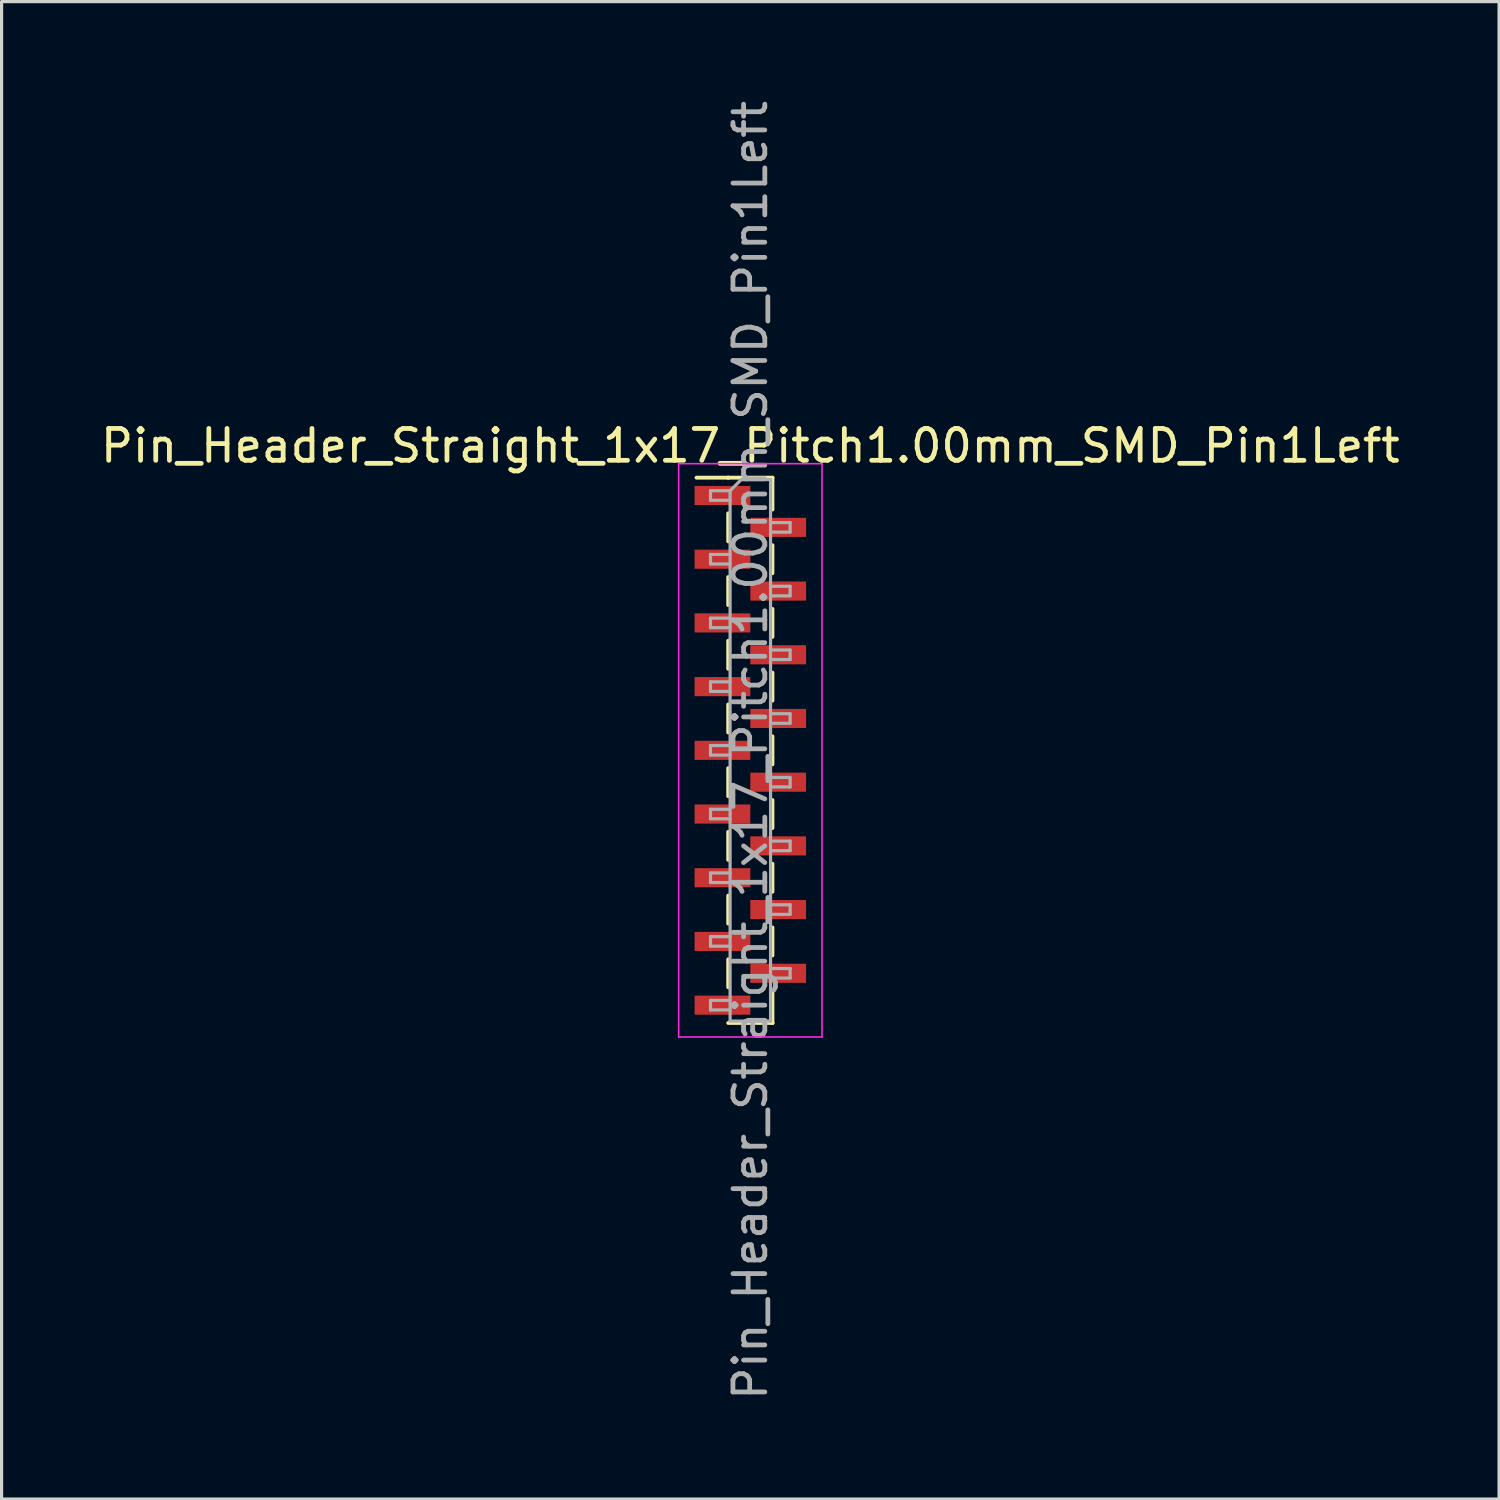
<source format=kicad_pcb>
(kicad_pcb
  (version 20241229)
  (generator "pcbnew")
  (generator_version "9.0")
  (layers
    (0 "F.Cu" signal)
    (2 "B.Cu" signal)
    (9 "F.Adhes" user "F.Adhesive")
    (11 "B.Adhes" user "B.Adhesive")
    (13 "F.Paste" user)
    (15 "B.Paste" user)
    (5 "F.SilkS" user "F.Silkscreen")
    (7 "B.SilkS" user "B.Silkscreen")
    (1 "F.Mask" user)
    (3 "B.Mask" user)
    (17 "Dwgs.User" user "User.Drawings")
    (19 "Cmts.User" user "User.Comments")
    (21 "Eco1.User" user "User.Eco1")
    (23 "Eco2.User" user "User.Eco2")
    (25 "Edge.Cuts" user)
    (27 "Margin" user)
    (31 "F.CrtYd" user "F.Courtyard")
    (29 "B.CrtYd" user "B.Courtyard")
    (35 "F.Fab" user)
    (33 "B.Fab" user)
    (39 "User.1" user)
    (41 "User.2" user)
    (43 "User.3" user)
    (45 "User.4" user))
  (footprint "Pin_Header_Straight_1x17_Pitch1.00mm_SMD_Pin1Left"
    (layer "F.Cu")
    (at 20.506 20.506)
    (property "Reference" "Pin_Header_Straight_1x17_Pitch1.00mm_SMD_Pin1Left" (at 0 -9.56 0) (layer "F.SilkS") (effects (font (size 1 1) (thickness 0.15))))
    (attr smd)
    (fp_line (start -0.695 -8.56) (end -1.69 -8.56) (stroke (width 0.12) (type solid)) (layer "F.SilkS"))
    (fp_line (start -0.695 -8.56) (end -0.695 -8.56) (stroke (width 0.12) (type solid)) (layer "F.SilkS"))
    (fp_line (start -0.695 -8.56) (end 0.695 -8.56) (stroke (width 0.12) (type solid)) (layer "F.SilkS"))
    (fp_line (start -0.695 -7.44) (end -0.695 -6.56) (stroke (width 0.12) (type solid)) (layer "F.SilkS"))
    (fp_line (start -0.695 -5.44) (end -0.695 -4.56) (stroke (width 0.12) (type solid)) (layer "F.SilkS"))
    (fp_line (start -0.695 -3.44) (end -0.695 -2.56) (stroke (width 0.12) (type solid)) (layer "F.SilkS"))
    (fp_line (start -0.695 -1.44) (end -0.695 -0.56) (stroke (width 0.12) (type solid)) (layer "F.SilkS"))
    (fp_line (start -0.695 0.56) (end -0.695 1.44) (stroke (width 0.12) (type solid)) (layer "F.SilkS"))
    (fp_line (start -0.695 2.56) (end -0.695 3.44) (stroke (width 0.12) (type solid)) (layer "F.SilkS"))
    (fp_line (start -0.695 4.56) (end -0.695 5.44) (stroke (width 0.12) (type solid)) (layer "F.SilkS"))
    (fp_line (start -0.695 6.56) (end -0.695 7.44) (stroke (width 0.12) (type solid)) (layer "F.SilkS"))
    (fp_line (start -0.695 8.56) (end 0.695 8.56) (stroke (width 0.12) (type solid)) (layer "F.SilkS"))
    (fp_line (start 0.695 -8.56) (end 0.695 -7.56) (stroke (width 0.12) (type solid)) (layer "F.SilkS"))
    (fp_line (start 0.695 -6.44) (end 0.695 -5.56) (stroke (width 0.12) (type solid)) (layer "F.SilkS"))
    (fp_line (start 0.695 -4.44) (end 0.695 -3.56) (stroke (width 0.12) (type solid)) (layer "F.SilkS"))
    (fp_line (start 0.695 -2.44) (end 0.695 -1.56) (stroke (width 0.12) (type solid)) (layer "F.SilkS"))
    (fp_line (start 0.695 -0.44) (end 0.695 0.44) (stroke (width 0.12) (type solid)) (layer "F.SilkS"))
    (fp_line (start 0.695 1.56) (end 0.695 2.44) (stroke (width 0.12) (type solid)) (layer "F.SilkS"))
    (fp_line (start 0.695 3.56) (end 0.695 4.44) (stroke (width 0.12) (type solid)) (layer "F.SilkS"))
    (fp_line (start 0.695 5.56) (end 0.695 6.44) (stroke (width 0.12) (type solid)) (layer "F.SilkS"))
    (fp_line (start 0.695 7.56) (end 0.695 8.56) (stroke (width 0.12) (type solid)) (layer "F.SilkS"))
    (fp_line (start 0.695 8.56) (end 0.695 8.56) (stroke (width 0.12) (type solid)) (layer "F.SilkS"))
    (fp_line (start -2.25 -9) (end -2.25 9) (stroke (width 0.05) (type solid)) (layer "F.CrtYd"))
    (fp_line (start -2.25 9) (end 2.25 9) (stroke (width 0.05) (type solid)) (layer "F.CrtYd"))
    (fp_line (start 2.25 -9) (end -2.25 -9) (stroke (width 0.05) (type solid)) (layer "F.CrtYd"))
    (fp_line (start 2.25 9) (end 2.25 -9) (stroke (width 0.05) (type solid)) (layer "F.CrtYd"))
    (fp_line (start -1.25 -8.15) (end -1.25 -7.85) (stroke (width 0.1) (type solid)) (layer "F.Fab"))
    (fp_line (start -1.25 -7.85) (end -0.635 -7.85) (stroke (width 0.1) (type solid)) (layer "F.Fab"))
    (fp_line (start -1.25 -6.15) (end -1.25 -5.85) (stroke (width 0.1) (type solid)) (layer "F.Fab"))
    (fp_line (start -1.25 -5.85) (end -0.635 -5.85) (stroke (width 0.1) (type solid)) (layer "F.Fab"))
    (fp_line (start -1.25 -4.15) (end -1.25 -3.85) (stroke (width 0.1) (type solid)) (layer "F.Fab"))
    (fp_line (start -1.25 -3.85) (end -0.635 -3.85) (stroke (width 0.1) (type solid)) (layer "F.Fab"))
    (fp_line (start -1.25 -2.15) (end -1.25 -1.85) (stroke (width 0.1) (type solid)) (layer "F.Fab"))
    (fp_line (start -1.25 -1.85) (end -0.635 -1.85) (stroke (width 0.1) (type solid)) (layer "F.Fab"))
    (fp_line (start -1.25 -0.15) (end -1.25 0.15) (stroke (width 0.1) (type solid)) (layer "F.Fab"))
    (fp_line (start -1.25 0.15) (end -0.635 0.15) (stroke (width 0.1) (type solid)) (layer "F.Fab"))
    (fp_line (start -1.25 1.85) (end -1.25 2.15) (stroke (width 0.1) (type solid)) (layer "F.Fab"))
    (fp_line (start -1.25 2.15) (end -0.635 2.15) (stroke (width 0.1) (type solid)) (layer "F.Fab"))
    (fp_line (start -1.25 3.85) (end -1.25 4.15) (stroke (width 0.1) (type solid)) (layer "F.Fab"))
    (fp_line (start -1.25 4.15) (end -0.635 4.15) (stroke (width 0.1) (type solid)) (layer "F.Fab"))
    (fp_line (start -1.25 5.85) (end -1.25 6.15) (stroke (width 0.1) (type solid)) (layer "F.Fab"))
    (fp_line (start -1.25 6.15) (end -0.635 6.15) (stroke (width 0.1) (type solid)) (layer "F.Fab"))
    (fp_line (start -1.25 7.85) (end -1.25 8.15) (stroke (width 0.1) (type solid)) (layer "F.Fab"))
    (fp_line (start -1.25 8.15) (end -0.635 8.15) (stroke (width 0.1) (type solid)) (layer "F.Fab"))
    (fp_line (start -0.635 -8.15) (end -1.25 -8.15) (stroke (width 0.1) (type solid)) (layer "F.Fab"))
    (fp_line (start -0.635 -8.15) (end -0.285 -8.5) (stroke (width 0.1) (type solid)) (layer "F.Fab"))
    (fp_line (start -0.635 -6.15) (end -1.25 -6.15) (stroke (width 0.1) (type solid)) (layer "F.Fab"))
    (fp_line (start -0.635 -4.15) (end -1.25 -4.15) (stroke (width 0.1) (type solid)) (layer "F.Fab"))
    (fp_line (start -0.635 -2.15) (end -1.25 -2.15) (stroke (width 0.1) (type solid)) (layer "F.Fab"))
    (fp_line (start -0.635 -0.15) (end -1.25 -0.15) (stroke (width 0.1) (type solid)) (layer "F.Fab"))
    (fp_line (start -0.635 1.85) (end -1.25 1.85) (stroke (width 0.1) (type solid)) (layer "F.Fab"))
    (fp_line (start -0.635 3.85) (end -1.25 3.85) (stroke (width 0.1) (type solid)) (layer "F.Fab"))
    (fp_line (start -0.635 5.85) (end -1.25 5.85) (stroke (width 0.1) (type solid)) (layer "F.Fab"))
    (fp_line (start -0.635 7.85) (end -1.25 7.85) (stroke (width 0.1) (type solid)) (layer "F.Fab"))
    (fp_line (start -0.635 8.5) (end -0.635 -8.15) (stroke (width 0.1) (type solid)) (layer "F.Fab"))
    (fp_line (start -0.285 -8.5) (end 0.635 -8.5) (stroke (width 0.1) (type solid)) (layer "F.Fab"))
    (fp_line (start 0.635 -8.5) (end 0.635 8.5) (stroke (width 0.1) (type solid)) (layer "F.Fab"))
    (fp_line (start 0.635 -7.15) (end 1.25 -7.15) (stroke (width 0.1) (type solid)) (layer "F.Fab"))
    (fp_line (start 0.635 -5.15) (end 1.25 -5.15) (stroke (width 0.1) (type solid)) (layer "F.Fab"))
    (fp_line (start 0.635 -3.15) (end 1.25 -3.15) (stroke (width 0.1) (type solid)) (layer "F.Fab"))
    (fp_line (start 0.635 -1.15) (end 1.25 -1.15) (stroke (width 0.1) (type solid)) (layer "F.Fab"))
    (fp_line (start 0.635 0.85) (end 1.25 0.85) (stroke (width 0.1) (type solid)) (layer "F.Fab"))
    (fp_line (start 0.635 2.85) (end 1.25 2.85) (stroke (width 0.1) (type solid)) (layer "F.Fab"))
    (fp_line (start 0.635 4.85) (end 1.25 4.85) (stroke (width 0.1) (type solid)) (layer "F.Fab"))
    (fp_line (start 0.635 6.85) (end 1.25 6.85) (stroke (width 0.1) (type solid)) (layer "F.Fab"))
    (fp_line (start 0.635 8.5) (end -0.635 8.5) (stroke (width 0.1) (type solid)) (layer "F.Fab"))
    (fp_line (start 1.25 -7.15) (end 1.25 -6.85) (stroke (width 0.1) (type solid)) (layer "F.Fab"))
    (fp_line (start 1.25 -6.85) (end 0.635 -6.85) (stroke (width 0.1) (type solid)) (layer "F.Fab"))
    (fp_line (start 1.25 -5.15) (end 1.25 -4.85) (stroke (width 0.1) (type solid)) (layer "F.Fab"))
    (fp_line (start 1.25 -4.85) (end 0.635 -4.85) (stroke (width 0.1) (type solid)) (layer "F.Fab"))
    (fp_line (start 1.25 -3.15) (end 1.25 -2.85) (stroke (width 0.1) (type solid)) (layer "F.Fab"))
    (fp_line (start 1.25 -2.85) (end 0.635 -2.85) (stroke (width 0.1) (type solid)) (layer "F.Fab"))
    (fp_line (start 1.25 -1.15) (end 1.25 -0.85) (stroke (width 0.1) (type solid)) (layer "F.Fab"))
    (fp_line (start 1.25 -0.85) (end 0.635 -0.85) (stroke (width 0.1) (type solid)) (layer "F.Fab"))
    (fp_line (start 1.25 0.85) (end 1.25 1.15) (stroke (width 0.1) (type solid)) (layer "F.Fab"))
    (fp_line (start 1.25 1.15) (end 0.635 1.15) (stroke (width 0.1) (type solid)) (layer "F.Fab"))
    (fp_line (start 1.25 2.85) (end 1.25 3.15) (stroke (width 0.1) (type solid)) (layer "F.Fab"))
    (fp_line (start 1.25 3.15) (end 0.635 3.15) (stroke (width 0.1) (type solid)) (layer "F.Fab"))
    (fp_line (start 1.25 4.85) (end 1.25 5.15) (stroke (width 0.1) (type solid)) (layer "F.Fab"))
    (fp_line (start 1.25 5.15) (end 0.635 5.15) (stroke (width 0.1) (type solid)) (layer "F.Fab"))
    (fp_line (start 1.25 6.85) (end 1.25 7.15) (stroke (width 0.1) (type solid)) (layer "F.Fab"))
    (fp_line (start 1.25 7.15) (end 0.635 7.15) (stroke (width 0.1) (type solid)) (layer "F.Fab"))
    (fp_text user "${REFERENCE}" (at 0 0 90) (layer "F.Fab") (effects (font (size 1 1) (thickness 0.15))))
    (pad "1" smd rect (at -0.875 -8) (size 1.75 0.6) (layers "F.Cu" "F.Mask" "F.Paste"))
    (pad "2" smd rect (at 0.875 -7) (size 1.75 0.6) (layers "F.Cu" "F.Mask" "F.Paste"))
    (pad "3" smd rect (at -0.875 -6) (size 1.75 0.6) (layers "F.Cu" "F.Mask" "F.Paste"))
    (pad "4" smd rect (at 0.875 -5) (size 1.75 0.6) (layers "F.Cu" "F.Mask" "F.Paste"))
    (pad "5" smd rect (at -0.875 -4) (size 1.75 0.6) (layers "F.Cu" "F.Mask" "F.Paste"))
    (pad "6" smd rect (at 0.875 -3) (size 1.75 0.6) (layers "F.Cu" "F.Mask" "F.Paste"))
    (pad "7" smd rect (at -0.875 -2) (size 1.75 0.6) (layers "F.Cu" "F.Mask" "F.Paste"))
    (pad "8" smd rect (at 0.875 -1) (size 1.75 0.6) (layers "F.Cu" "F.Mask" "F.Paste"))
    (pad "9" smd rect (at -0.875 0) (size 1.75 0.6) (layers "F.Cu" "F.Mask" "F.Paste"))
    (pad "10" smd rect (at 0.875 1) (size 1.75 0.6) (layers "F.Cu" "F.Mask" "F.Paste"))
    (pad "11" smd rect (at -0.875 2) (size 1.75 0.6) (layers "F.Cu" "F.Mask" "F.Paste"))
    (pad "12" smd rect (at 0.875 3) (size 1.75 0.6) (layers "F.Cu" "F.Mask" "F.Paste"))
    (pad "13" smd rect (at -0.875 4) (size 1.75 0.6) (layers "F.Cu" "F.Mask" "F.Paste"))
    (pad "14" smd rect (at 0.875 5) (size 1.75 0.6) (layers "F.Cu" "F.Mask" "F.Paste"))
    (pad "15" smd rect (at -0.875 6) (size 1.75 0.6) (layers "F.Cu" "F.Mask" "F.Paste"))
    (pad "16" smd rect (at 0.875 7) (size 1.75 0.6) (layers "F.Cu" "F.Mask" "F.Paste"))
    (pad "17" smd rect (at -0.875 8) (size 1.75 0.6) (layers "F.Cu" "F.Mask" "F.Paste")))
  (gr_rect
    (start -3 -3)
    (end 44.012 44.012)
    (stroke (width 0.1) (type default))
    (fill no)
    (layer "Edge.Cuts")))
</source>
